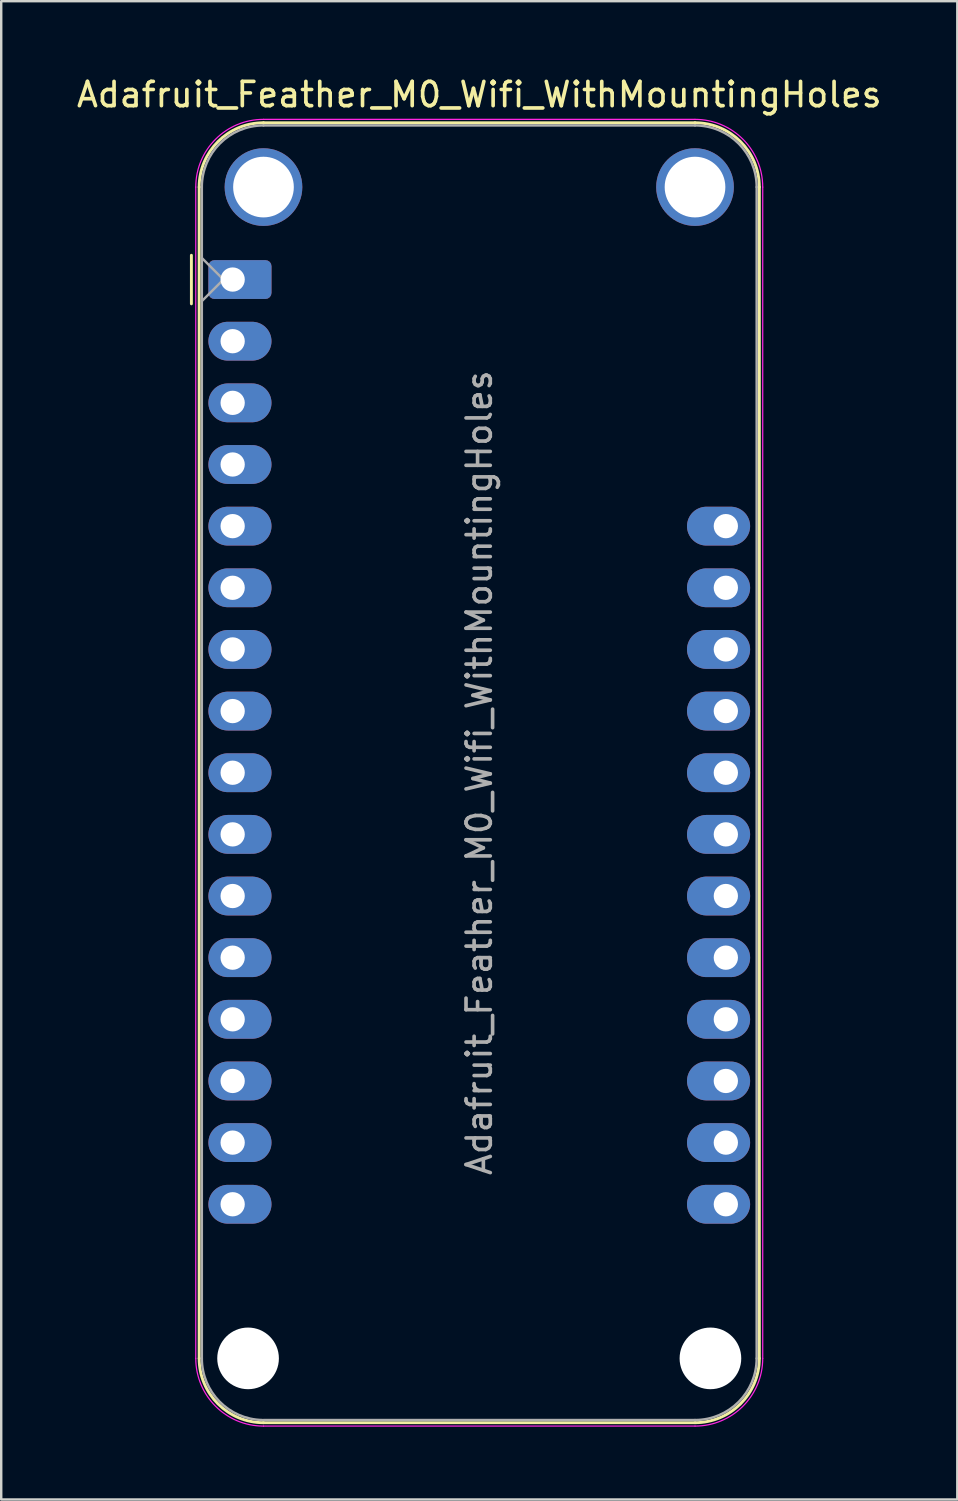
<source format=kicad_pcb>
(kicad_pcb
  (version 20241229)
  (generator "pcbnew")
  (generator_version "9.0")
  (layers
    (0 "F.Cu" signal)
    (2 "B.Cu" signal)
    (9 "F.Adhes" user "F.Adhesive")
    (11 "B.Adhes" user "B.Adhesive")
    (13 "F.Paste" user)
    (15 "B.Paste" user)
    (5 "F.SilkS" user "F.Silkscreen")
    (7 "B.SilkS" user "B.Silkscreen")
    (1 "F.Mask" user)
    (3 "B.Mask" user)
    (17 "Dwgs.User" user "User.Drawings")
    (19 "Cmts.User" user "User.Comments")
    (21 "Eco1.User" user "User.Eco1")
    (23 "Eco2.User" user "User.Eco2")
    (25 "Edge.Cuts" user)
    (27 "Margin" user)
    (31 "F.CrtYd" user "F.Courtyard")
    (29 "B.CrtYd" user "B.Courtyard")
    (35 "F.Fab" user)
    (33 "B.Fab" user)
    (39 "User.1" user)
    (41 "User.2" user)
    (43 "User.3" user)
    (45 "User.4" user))
  (footprint "Adafruit_Feather_M0_Wifi_WithMountingHoles"
    (layer "F.Cu")
    (at 6.536 8.468)
    (property "Reference" "Adafruit_Feather_M0_Wifi_WithMountingHoles" (at 10.16 -7.62 0) (layer "F.SilkS") (effects (font (size 1 1) (thickness 0.15))))
    (attr through_hole)
    (fp_line (start -1.7 1) (end -1.7 -1) (stroke (width 0.12) (type solid)) (layer "F.SilkS"))
    (fp_line (start -1.38 -3.81) (end -1.38 44.45) (stroke (width 0.12) (type solid)) (layer "F.SilkS"))
    (fp_line (start 19.05 -6.46) (end 1.27 -6.46) (stroke (width 0.12) (type solid)) (layer "F.SilkS"))
    (fp_line (start 19.05 47.1) (end 1.27 47.1) (stroke (width 0.12) (type solid)) (layer "F.SilkS"))
    (fp_line (start 21.7 -3.81) (end 21.7 44.45) (stroke (width 0.12) (type solid)) (layer "F.SilkS"))
    (fp_arc (start -1.38 -3.81) (mid -0.603833 -5.683833) (end 1.27 -6.46) (stroke (width 0.12) (type solid)) (layer "F.SilkS"))
    (fp_arc (start 1.27 47.1) (mid -0.603833 46.323833) (end -1.38 44.45) (stroke (width 0.12) (type solid)) (layer "F.SilkS"))
    (fp_arc (start 19.05 -6.46) (mid 20.923833 -5.683833) (end 21.7 -3.81) (stroke (width 0.12) (type solid)) (layer "F.SilkS"))
    (fp_arc (start 21.7 44.45) (mid 20.923833 46.323833) (end 19.05 47.1) (stroke (width 0.12) (type solid)) (layer "F.SilkS"))
    (fp_line (start -1.52 44.45) (end -1.52 -3.81) (stroke (width 0.05) (type solid)) (layer "F.CrtYd"))
    (fp_line (start 19.05 -6.6) (end 1.27 -6.6) (stroke (width 0.05) (type solid)) (layer "F.CrtYd"))
    (fp_line (start 19.05 47.24) (end 1.27 47.24) (stroke (width 0.05) (type solid)) (layer "F.CrtYd"))
    (fp_line (start 21.84 44.45) (end 21.84 -3.81) (stroke (width 0.05) (type solid)) (layer "F.CrtYd"))
    (fp_arc (start -1.52 -3.81) (mid -0.702828 -5.782828) (end 1.27 -6.6) (stroke (width 0.05) (type solid)) (layer "F.CrtYd"))
    (fp_arc (start 1.27 47.24) (mid -0.702828 46.422828) (end -1.52 44.45) (stroke (width 0.05) (type solid)) (layer "F.CrtYd"))
    (fp_arc (start 19.05 -6.6) (mid 21.022828 -5.782828) (end 21.84 -3.81) (stroke (width 0.05) (type solid)) (layer "F.CrtYd"))
    (fp_arc (start 21.84 44.45) (mid 21.022828 46.422828) (end 19.05 47.24) (stroke (width 0.05) (type solid)) (layer "F.CrtYd"))
    (fp_line (start -1.27 -3.81) (end -1.27 44.45) (stroke (width 0.1) (type solid)) (layer "F.Fab"))
    (fp_line (start -1.27 -0.889) (end -0.381 0) (stroke (width 0.1) (type solid)) (layer "F.Fab"))
    (fp_line (start -0.381 0) (end -1.27 0.889) (stroke (width 0.1) (type solid)) (layer "F.Fab"))
    (fp_line (start 1.27 46.99) (end 19.05 46.99) (stroke (width 0.1) (type solid)) (layer "F.Fab"))
    (fp_line (start 19.05 -6.35) (end 1.27 -6.35) (stroke (width 0.1) (type solid)) (layer "F.Fab"))
    (fp_line (start 21.59 44.45) (end 21.59 -3.81) (stroke (width 0.1) (type solid)) (layer "F.Fab"))
    (fp_arc (start -1.27 -3.81) (mid -0.526051 -5.606051) (end 1.27 -6.35) (stroke (width 0.1) (type solid)) (layer "F.Fab"))
    (fp_arc (start 1.221238 46.989532) (mid -0.543209 46.228728) (end -1.27 44.45) (stroke (width 0.1) (type solid)) (layer "F.Fab"))
    (fp_arc (start 19.05 -6.35) (mid 20.846051 -5.606051) (end 21.59 -3.81) (stroke (width 0.1) (type solid)) (layer "F.Fab"))
    (fp_arc (start 21.59 44.45) (mid 20.846051 46.246051) (end 19.05 46.99) (stroke (width 0.1) (type solid)) (layer "F.Fab"))
    (fp_text user "${REFERENCE}" (at 10.16 20.32 270) (layer "F.Fab") (effects (font (size 1 1) (thickness 0.15))))
    (pad "" np_thru_hole circle (at 0.635 44.45 270) (size 2.54 2.54) (drill 2.54) (layers "*.Cu" "*.Mask"))
    (pad "" np_thru_hole circle (at 1.27 -3.81 270) (size 3.2 3.2) (drill 2.5) (layers "*.Cu" "*.Mask"))
    (pad "" np_thru_hole circle (at 19.05 -3.81 270) (size 3.2 3.2) (drill 2.5) (layers "*.Cu" "*.Mask"))
    (pad "" np_thru_hole circle (at 19.685 44.45 270) (size 2.54 2.54) (drill 2.54) (layers "*.Cu" "*.Mask"))
    (pad "1" thru_hole roundrect (at 0 0) (size 2.6 1.6) (drill 1 (offset 0.3 0)) (layers "*.Cu" "*.Mask") (roundrect_rratio 0.156))
    (pad "2" thru_hole oval (at 0 2.54) (size 2.6 1.6) (drill 1 (offset 0.3 0)) (layers "*.Cu" "*.Mask"))
    (pad "3" thru_hole oval (at 0 5.08) (size 2.6 1.6) (drill 1 (offset 0.3 0)) (layers "*.Cu" "*.Mask"))
    (pad "4" thru_hole oval (at 0 7.62) (size 2.6 1.6) (drill 1 (offset 0.3 0)) (layers "*.Cu" "*.Mask"))
    (pad "5" thru_hole oval (at 0 10.16) (size 2.6 1.6) (drill 1 (offset 0.3 0)) (layers "*.Cu" "*.Mask"))
    (pad "6" thru_hole oval (at 0 12.7) (size 2.6 1.6) (drill 1 (offset 0.3 0)) (layers "*.Cu" "*.Mask"))
    (pad "7" thru_hole oval (at 0 15.24) (size 2.6 1.6) (drill 1 (offset 0.3 0)) (layers "*.Cu" "*.Mask"))
    (pad "8" thru_hole oval (at 0 17.78) (size 2.6 1.6) (drill 1 (offset 0.3 0)) (layers "*.Cu" "*.Mask"))
    (pad "9" thru_hole oval (at 0 20.32) (size 2.6 1.6) (drill 1 (offset 0.3 0)) (layers "*.Cu" "*.Mask"))
    (pad "10" thru_hole oval (at 0 22.86) (size 2.6 1.6) (drill 1 (offset 0.3 0)) (layers "*.Cu" "*.Mask"))
    (pad "11" thru_hole oval (at 0 25.4) (size 2.6 1.6) (drill 1 (offset 0.3 0)) (layers "*.Cu" "*.Mask"))
    (pad "12" thru_hole oval (at 0 27.94) (size 2.6 1.6) (drill 1 (offset 0.3 0)) (layers "*.Cu" "*.Mask"))
    (pad "13" thru_hole oval (at 0 30.48) (size 2.6 1.6) (drill 1 (offset 0.3 0)) (layers "*.Cu" "*.Mask"))
    (pad "14" thru_hole oval (at 0 33.02) (size 2.6 1.6) (drill 1 (offset 0.3 0)) (layers "*.Cu" "*.Mask"))
    (pad "15" thru_hole oval (at 0 35.56) (size 2.6 1.6) (drill 1 (offset 0.3 0)) (layers "*.Cu" "*.Mask"))
    (pad "16" thru_hole oval (at 0 38.1) (size 2.6 1.6) (drill 1 (offset 0.3 0)) (layers "*.Cu" "*.Mask"))
    (pad "17" thru_hole oval (at 20.32 38.1 180) (size 2.6 1.6) (drill 1 (offset 0.3 0)) (layers "*.Cu" "*.Mask"))
    (pad "18" thru_hole oval (at 20.32 35.56 180) (size 2.6 1.6) (drill 1 (offset 0.3 0)) (layers "*.Cu" "*.Mask"))
    (pad "19" thru_hole oval (at 20.32 33.02 180) (size 2.6 1.6) (drill 1 (offset 0.3 0)) (layers "*.Cu" "*.Mask"))
    (pad "20" thru_hole oval (at 20.32 30.48 180) (size 2.6 1.6) (drill 1 (offset 0.3 0)) (layers "*.Cu" "*.Mask"))
    (pad "21" thru_hole oval (at 20.32 27.94 180) (size 2.6 1.6) (drill 1 (offset 0.3 0)) (layers "*.Cu" "*.Mask"))
    (pad "22" thru_hole oval (at 20.32 25.4 180) (size 2.6 1.6) (drill 1 (offset 0.3 0)) (layers "*.Cu" "*.Mask"))
    (pad "23" thru_hole oval (at 20.32 22.86 180) (size 2.6 1.6) (drill 1 (offset 0.3 0)) (layers "*.Cu" "*.Mask"))
    (pad "24" thru_hole oval (at 20.32 20.32 180) (size 2.6 1.6) (drill 1 (offset 0.3 0)) (layers "*.Cu" "*.Mask"))
    (pad "25" thru_hole oval (at 20.32 17.78 180) (size 2.6 1.6) (drill 1 (offset 0.3 0)) (layers "*.Cu" "*.Mask"))
    (pad "26" thru_hole oval (at 20.32 15.24 180) (size 2.6 1.6) (drill 1 (offset 0.3 0)) (layers "*.Cu" "*.Mask"))
    (pad "27" thru_hole oval (at 20.32 12.7 180) (size 2.6 1.6) (drill 1 (offset 0.3 0)) (layers "*.Cu" "*.Mask"))
    (pad "28" thru_hole oval (at 20.32 10.16 180) (size 2.6 1.6) (drill 1 (offset 0.3 0)) (layers "*.Cu" "*.Mask")))
  (gr_rect
    (start -3 -3)
    (end 36.393 58.733)
    (stroke (width 0.1) (type default))
    (fill no)
    (layer "Edge.Cuts")))
</source>
